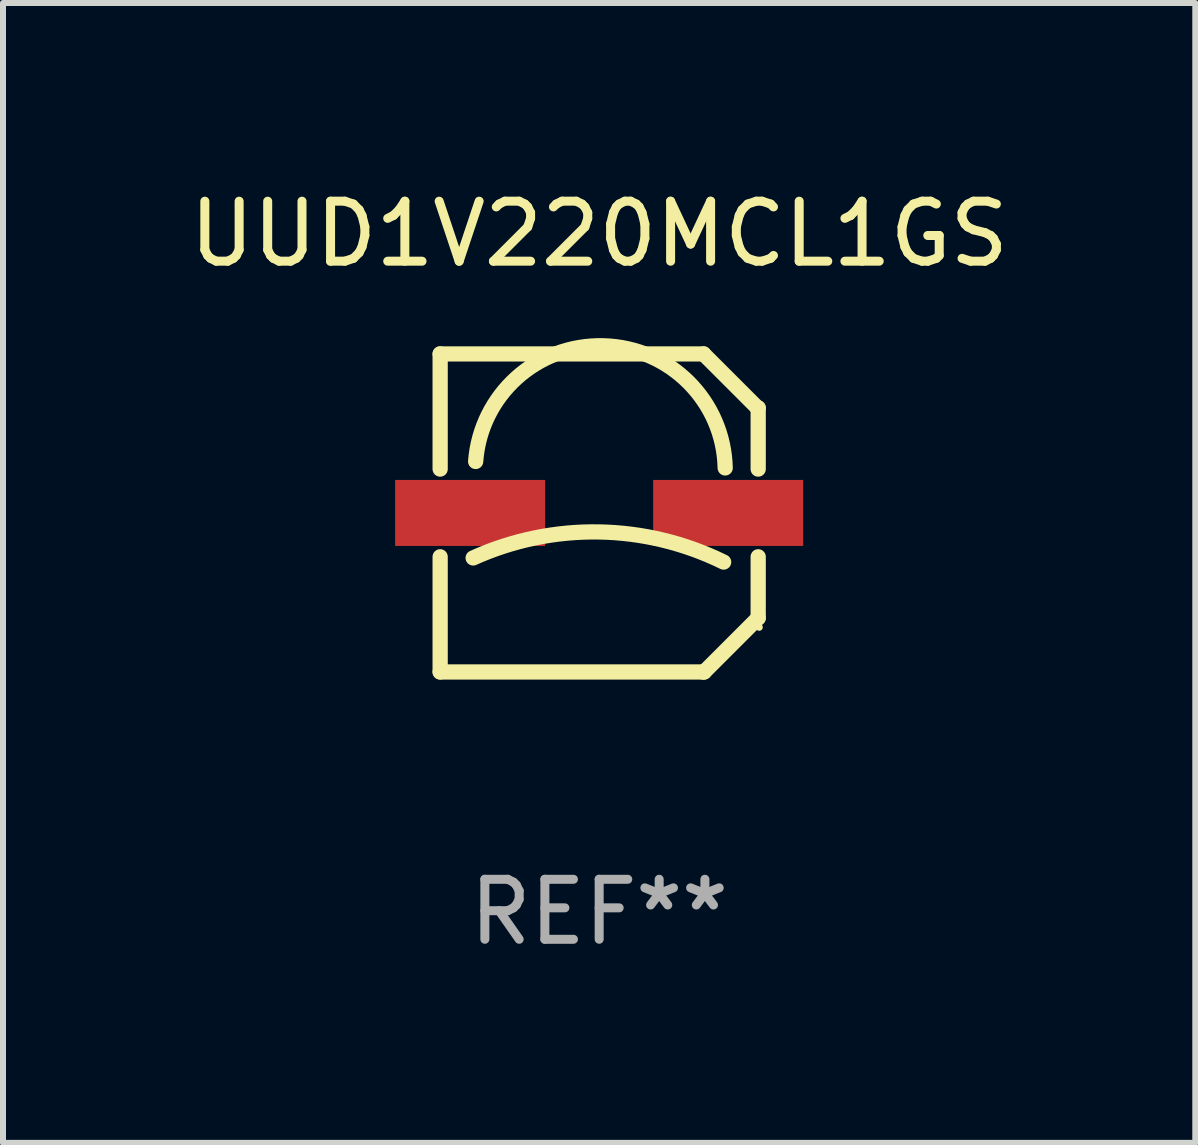
<source format=kicad_pcb>
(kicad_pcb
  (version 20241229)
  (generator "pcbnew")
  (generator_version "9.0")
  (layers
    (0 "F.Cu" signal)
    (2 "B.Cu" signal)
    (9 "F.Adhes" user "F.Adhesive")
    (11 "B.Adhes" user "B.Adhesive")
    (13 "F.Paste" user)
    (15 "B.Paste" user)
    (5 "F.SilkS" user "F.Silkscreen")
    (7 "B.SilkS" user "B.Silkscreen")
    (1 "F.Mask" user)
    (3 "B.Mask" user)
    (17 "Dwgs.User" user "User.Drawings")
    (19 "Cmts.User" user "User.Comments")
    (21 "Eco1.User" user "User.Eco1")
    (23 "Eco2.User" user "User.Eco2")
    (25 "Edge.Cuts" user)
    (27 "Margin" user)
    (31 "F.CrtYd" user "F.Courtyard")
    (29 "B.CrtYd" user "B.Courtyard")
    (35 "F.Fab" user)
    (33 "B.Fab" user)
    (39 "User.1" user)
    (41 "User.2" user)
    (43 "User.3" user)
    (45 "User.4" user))
  (footprint "UUD1V220MCL1GS"
    (layer "F.Cu")
    (at 6.935 5.498)
    (property "Reference" "UUD1V220MCL1GS" (at 0 -4.65 0) (layer "F.SilkS") (effects (font (size 1 1) (thickness 0.15))))
    (attr through_hole)
    (fp_line (start -2.65 -2.65) (end 1.74 -2.65) (stroke (width 0.254) (type solid)) (layer "F.SilkS"))
    (fp_line (start -2.65 -0.731) (end -2.65 -2.65) (stroke (width 0.254) (type solid)) (layer "F.SilkS"))
    (fp_line (start -2.65 2.65) (end -2.65 0.731) (stroke (width 0.254) (type solid)) (layer "F.SilkS"))
    (fp_line (start -2.65 2.65) (end 1.73 2.65) (stroke (width 0.254) (type solid)) (layer "F.SilkS"))
    (fp_line (start 1.73 2.65) (end 1.75 2.65) (stroke (width 0.254) (type solid)) (layer "F.SilkS"))
    (fp_line (start 1.75 2.65) (end 2.65 1.75) (stroke (width 0.254) (type solid)) (layer "F.SilkS"))
    (fp_line (start 2.64 -1.75) (end 1.74 -2.65) (stroke (width 0.254) (type solid)) (layer "F.SilkS"))
    (fp_line (start 2.65 -1.75) (end 2.64 -1.75) (stroke (width 0.254) (type solid)) (layer "F.SilkS"))
    (fp_line (start 2.65 -0.731) (end 2.65 -1.75) (stroke (width 0.254) (type solid)) (layer "F.SilkS"))
    (fp_line (start 2.65 1.75) (end 2.65 0.731) (stroke (width 0.254) (type solid)) (layer "F.SilkS"))
    (fp_arc (start -2.1 0.749886) (mid -0.005214 0.316693) (end 2.074168 0.818644) (stroke (width 0.254001) (type solid)) (layer "F.SilkS"))
    (fp_arc (start -2.058369 -0.857759) (mid 0.072137 -2.78601) (end 2.1 -0.750089) (stroke (width 0.254001) (type solid)) (layer "F.SilkS"))
    (fp_circle (center 2.667 1.905) (end 2.697 1.905) (stroke (width 0.06) (type solid)) (fill no) (layer "F.SilkS"))
    (fp_text user "REF**" (at 0 6.65 0) (layer "F.Fab") (effects (font (size 1 1) (thickness 0.15))))
    (pad "1" smd rect (at 2.15 0) (size 2.5 1.1) (layers "F.Cu" "F.Mask" "F.Paste"))
    (pad "2" smd rect (at -2.15 0) (size 2.5 1.1) (layers "F.Cu" "F.Mask" "F.Paste")))
  (gr_rect
    (start -3 -3)
    (end 16.869 15.996)
    (stroke (width 0.1) (type default))
    (fill no)
    (layer "Edge.Cuts")))
</source>
